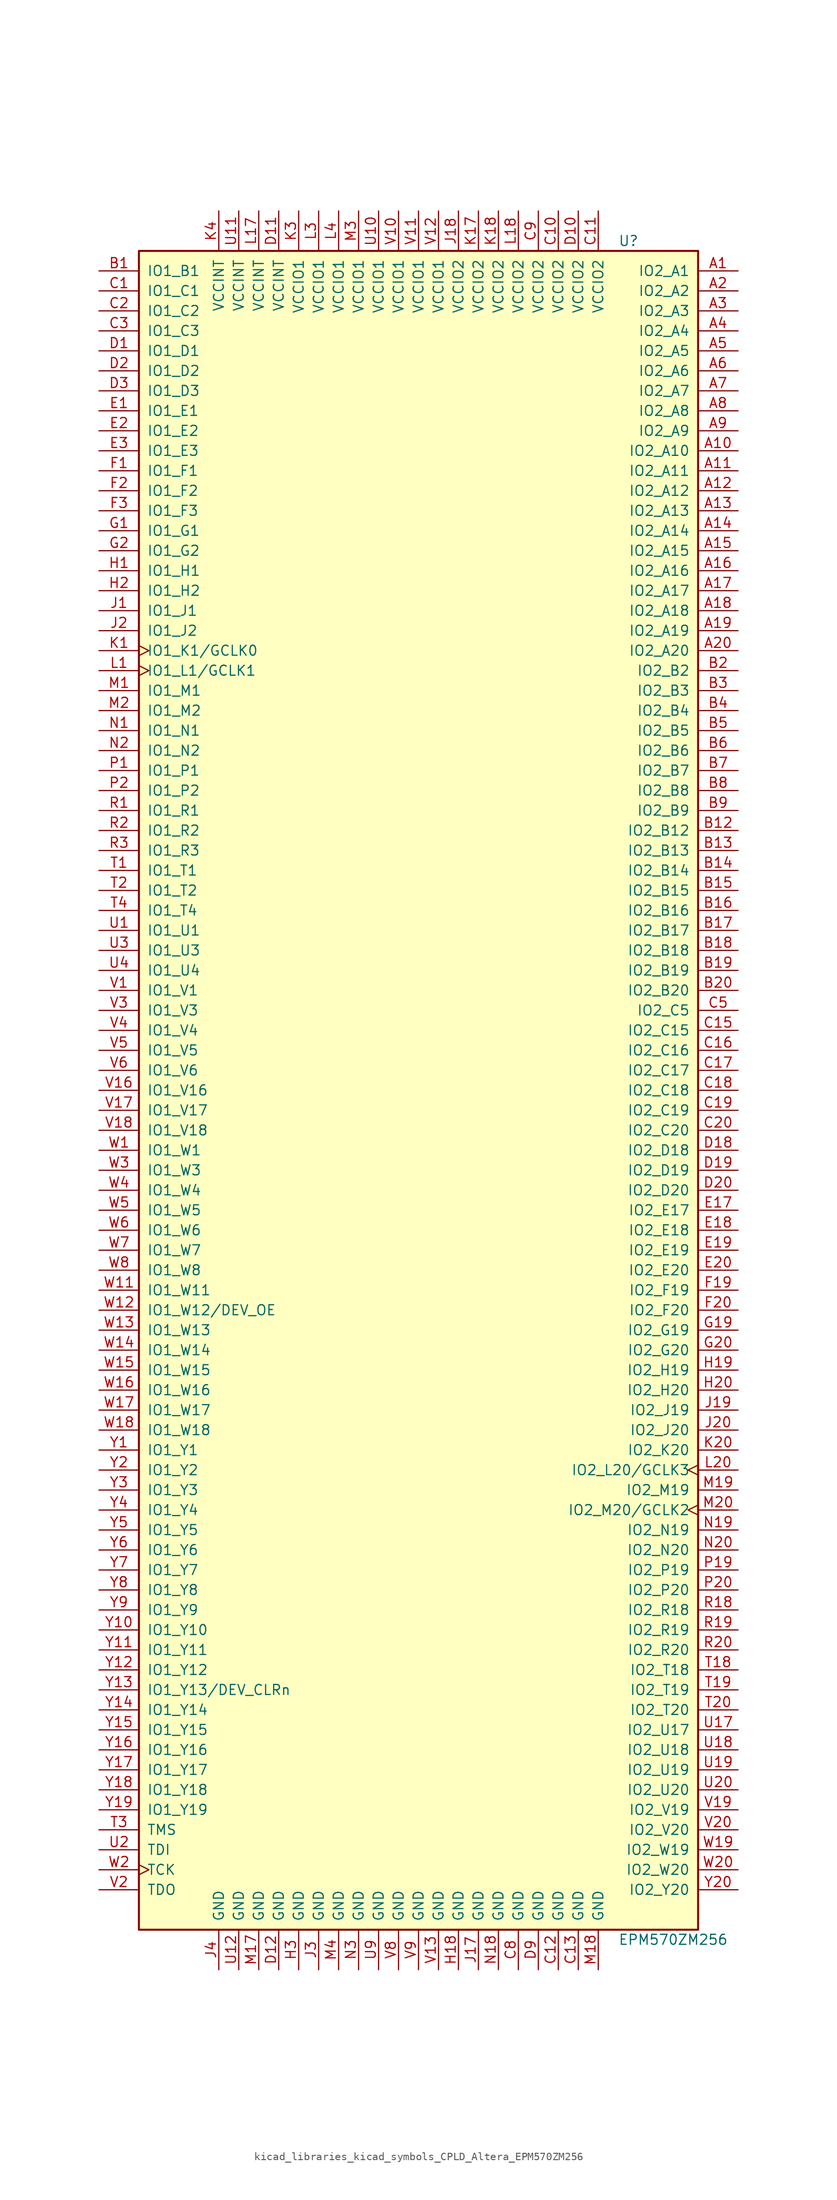
<source format=kicad_sym>
(kicad_symbol_lib
  (version 20220914)
  (generator kicad_symbol_editor)
  (symbol "kicad_libraries_kicad_symbols_CPLD_Altera_EPM570ZM256"
    (pin_names
      (offset 1.016))
    (property "Reference" "U"
      (at 25.4 107.95 0)
      (effects (font (size 1.27 1.27)) (justify left)))
    (property "Value" "EPM570ZM256"
      (at 25.4 -107.95 0)
      (effects (font (size 1.27 1.27)) (justify left)))
    (property "ki_locked" ""
      (at 0 0 0)
      (effects (font (size 1.27 1.27))))
    (symbol "kicad_libraries_kicad_symbols_CPLD_Altera_EPM570ZM256_1_1"
      (rectangle (start -35.56 106.68) (end 35.56 -106.68) (stroke (width 0.254) (type default)) (fill (type background)))
      (pin bidirectional line (at 40.64 104.14 180) (length 5.08) (name "IO2_A1" (effects (font (size 1.27 1.27)))) (number "A1" (effects (font (size 1.27 1.27)))))
      (pin bidirectional line (at 40.64 81.28 180) (length 5.08) (name "IO2_A10" (effects (font (size 1.27 1.27)))) (number "A10" (effects (font (size 1.27 1.27)))))
      (pin bidirectional line (at 40.64 78.74 180) (length 5.08) (name "IO2_A11" (effects (font (size 1.27 1.27)))) (number "A11" (effects (font (size 1.27 1.27)))))
      (pin bidirectional line (at 40.64 76.2 180) (length 5.08) (name "IO2_A12" (effects (font (size 1.27 1.27)))) (number "A12" (effects (font (size 1.27 1.27)))))
      (pin bidirectional line (at 40.64 73.66 180) (length 5.08) (name "IO2_A13" (effects (font (size 1.27 1.27)))) (number "A13" (effects (font (size 1.27 1.27)))))
      (pin bidirectional line (at 40.64 71.12 180) (length 5.08) (name "IO2_A14" (effects (font (size 1.27 1.27)))) (number "A14" (effects (font (size 1.27 1.27)))))
      (pin bidirectional line (at 40.64 68.58 180) (length 5.08) (name "IO2_A15" (effects (font (size 1.27 1.27)))) (number "A15" (effects (font (size 1.27 1.27)))))
      (pin bidirectional line (at 40.64 66.04 180) (length 5.08) (name "IO2_A16" (effects (font (size 1.27 1.27)))) (number "A16" (effects (font (size 1.27 1.27)))))
      (pin bidirectional line (at 40.64 63.5 180) (length 5.08) (name "IO2_A17" (effects (font (size 1.27 1.27)))) (number "A17" (effects (font (size 1.27 1.27)))))
      (pin bidirectional line (at 40.64 60.96 180) (length 5.08) (name "IO2_A18" (effects (font (size 1.27 1.27)))) (number "A18" (effects (font (size 1.27 1.27)))))
      (pin bidirectional line (at 40.64 58.42 180) (length 5.08) (name "IO2_A19" (effects (font (size 1.27 1.27)))) (number "A19" (effects (font (size 1.27 1.27)))))
      (pin bidirectional line (at 40.64 101.6 180) (length 5.08) (name "IO2_A2" (effects (font (size 1.27 1.27)))) (number "A2" (effects (font (size 1.27 1.27)))))
      (pin bidirectional line (at 40.64 55.88 180) (length 5.08) (name "IO2_A20" (effects (font (size 1.27 1.27)))) (number "A20" (effects (font (size 1.27 1.27)))))
      (pin bidirectional line (at 40.64 99.06 180) (length 5.08) (name "IO2_A3" (effects (font (size 1.27 1.27)))) (number "A3" (effects (font (size 1.27 1.27)))))
      (pin bidirectional line (at 40.64 96.52 180) (length 5.08) (name "IO2_A4" (effects (font (size 1.27 1.27)))) (number "A4" (effects (font (size 1.27 1.27)))))
      (pin bidirectional line (at 40.64 93.98 180) (length 5.08) (name "IO2_A5" (effects (font (size 1.27 1.27)))) (number "A5" (effects (font (size 1.27 1.27)))))
      (pin bidirectional line (at 40.64 91.44 180) (length 5.08) (name "IO2_A6" (effects (font (size 1.27 1.27)))) (number "A6" (effects (font (size 1.27 1.27)))))
      (pin bidirectional line (at 40.64 88.9 180) (length 5.08) (name "IO2_A7" (effects (font (size 1.27 1.27)))) (number "A7" (effects (font (size 1.27 1.27)))))
      (pin bidirectional line (at 40.64 86.36 180) (length 5.08) (name "IO2_A8" (effects (font (size 1.27 1.27)))) (number "A8" (effects (font (size 1.27 1.27)))))
      (pin bidirectional line (at 40.64 83.82 180) (length 5.08) (name "IO2_A9" (effects (font (size 1.27 1.27)))) (number "A9" (effects (font (size 1.27 1.27)))))
      (pin bidirectional line (at -40.64 104.14 0) (length 5.08) (name "IO1_B1" (effects (font (size 1.27 1.27)))) (number "B1" (effects (font (size 1.27 1.27)))))
      (pin bidirectional line (at 40.64 33.02 180) (length 5.08) (name "IO2_B12" (effects (font (size 1.27 1.27)))) (number "B12" (effects (font (size 1.27 1.27)))))
      (pin bidirectional line (at 40.64 30.48 180) (length 5.08) (name "IO2_B13" (effects (font (size 1.27 1.27)))) (number "B13" (effects (font (size 1.27 1.27)))))
      (pin bidirectional line (at 40.64 27.94 180) (length 5.08) (name "IO2_B14" (effects (font (size 1.27 1.27)))) (number "B14" (effects (font (size 1.27 1.27)))))
      (pin bidirectional line (at 40.64 25.4 180) (length 5.08) (name "IO2_B15" (effects (font (size 1.27 1.27)))) (number "B15" (effects (font (size 1.27 1.27)))))
      (pin bidirectional line (at 40.64 22.86 180) (length 5.08) (name "IO2_B16" (effects (font (size 1.27 1.27)))) (number "B16" (effects (font (size 1.27 1.27)))))
      (pin bidirectional line (at 40.64 20.32 180) (length 5.08) (name "IO2_B17" (effects (font (size 1.27 1.27)))) (number "B17" (effects (font (size 1.27 1.27)))))
      (pin bidirectional line (at 40.64 17.78 180) (length 5.08) (name "IO2_B18" (effects (font (size 1.27 1.27)))) (number "B18" (effects (font (size 1.27 1.27)))))
      (pin bidirectional line (at 40.64 15.24 180) (length 5.08) (name "IO2_B19" (effects (font (size 1.27 1.27)))) (number "B19" (effects (font (size 1.27 1.27)))))
      (pin bidirectional line (at 40.64 53.34 180) (length 5.08) (name "IO2_B2" (effects (font (size 1.27 1.27)))) (number "B2" (effects (font (size 1.27 1.27)))))
      (pin bidirectional line (at 40.64 12.7 180) (length 5.08) (name "IO2_B20" (effects (font (size 1.27 1.27)))) (number "B20" (effects (font (size 1.27 1.27)))))
      (pin bidirectional line (at 40.64 50.8 180) (length 5.08) (name "IO2_B3" (effects (font (size 1.27 1.27)))) (number "B3" (effects (font (size 1.27 1.27)))))
      (pin bidirectional line (at 40.64 48.26 180) (length 5.08) (name "IO2_B4" (effects (font (size 1.27 1.27)))) (number "B4" (effects (font (size 1.27 1.27)))))
      (pin bidirectional line (at 40.64 45.72 180) (length 5.08) (name "IO2_B5" (effects (font (size 1.27 1.27)))) (number "B5" (effects (font (size 1.27 1.27)))))
      (pin bidirectional line (at 40.64 43.18 180) (length 5.08) (name "IO2_B6" (effects (font (size 1.27 1.27)))) (number "B6" (effects (font (size 1.27 1.27)))))
      (pin bidirectional line (at 40.64 40.64 180) (length 5.08) (name "IO2_B7" (effects (font (size 1.27 1.27)))) (number "B7" (effects (font (size 1.27 1.27)))))
      (pin bidirectional line (at 40.64 38.1 180) (length 5.08) (name "IO2_B8" (effects (font (size 1.27 1.27)))) (number "B8" (effects (font (size 1.27 1.27)))))
      (pin bidirectional line (at 40.64 35.56 180) (length 5.08) (name "IO2_B9" (effects (font (size 1.27 1.27)))) (number "B9" (effects (font (size 1.27 1.27)))))
      (pin bidirectional line (at -40.64 101.6 0) (length 5.08) (name "IO1_C1" (effects (font (size 1.27 1.27)))) (number "C1" (effects (font (size 1.27 1.27)))))
      (pin power_in line (at 17.78 111.76 270) (length 5.08) (name "VCCIO2" (effects (font (size 1.27 1.27)))) (number "C10" (effects (font (size 1.27 1.27)))))
      (pin power_in line (at 22.86 111.76 270) (length 5.08) (name "VCCIO2" (effects (font (size 1.27 1.27)))) (number "C11" (effects (font (size 1.27 1.27)))))
      (pin power_in line (at 17.78 -111.76 90) (length 5.08) (name "GND" (effects (font (size 1.27 1.27)))) (number "C12" (effects (font (size 1.27 1.27)))))
      (pin power_in line (at 20.32 -111.76 90) (length 5.08) (name "GND" (effects (font (size 1.27 1.27)))) (number "C13" (effects (font (size 1.27 1.27)))))
      (pin bidirectional line (at 40.64 7.62 180) (length 5.08) (name "IO2_C15" (effects (font (size 1.27 1.27)))) (number "C15" (effects (font (size 1.27 1.27)))))
      (pin bidirectional line (at 40.64 5.08 180) (length 5.08) (name "IO2_C16" (effects (font (size 1.27 1.27)))) (number "C16" (effects (font (size 1.27 1.27)))))
      (pin bidirectional line (at 40.64 2.54 180) (length 5.08) (name "IO2_C17" (effects (font (size 1.27 1.27)))) (number "C17" (effects (font (size 1.27 1.27)))))
      (pin bidirectional line (at 40.64 0 180) (length 5.08) (name "IO2_C18" (effects (font (size 1.27 1.27)))) (number "C18" (effects (font (size 1.27 1.27)))))
      (pin bidirectional line (at 40.64 -2.54 180) (length 5.08) (name "IO2_C19" (effects (font (size 1.27 1.27)))) (number "C19" (effects (font (size 1.27 1.27)))))
      (pin bidirectional line (at -40.64 99.06 0) (length 5.08) (name "IO1_C2" (effects (font (size 1.27 1.27)))) (number "C2" (effects (font (size 1.27 1.27)))))
      (pin bidirectional line (at 40.64 -5.08 180) (length 5.08) (name "IO2_C20" (effects (font (size 1.27 1.27)))) (number "C20" (effects (font (size 1.27 1.27)))))
      (pin bidirectional line (at -40.64 96.52 0) (length 5.08) (name "IO1_C3" (effects (font (size 1.27 1.27)))) (number "C3" (effects (font (size 1.27 1.27)))))
      (pin bidirectional line (at 40.64 10.16 180) (length 5.08) (name "IO2_C5" (effects (font (size 1.27 1.27)))) (number "C5" (effects (font (size 1.27 1.27)))))
      (pin power_in line (at 12.7 -111.76 90) (length 5.08) (name "GND" (effects (font (size 1.27 1.27)))) (number "C8" (effects (font (size 1.27 1.27)))))
      (pin power_in line (at 15.24 111.76 270) (length 5.08) (name "VCCIO2" (effects (font (size 1.27 1.27)))) (number "C9" (effects (font (size 1.27 1.27)))))
      (pin bidirectional line (at -40.64 93.98 0) (length 5.08) (name "IO1_D1" (effects (font (size 1.27 1.27)))) (number "D1" (effects (font (size 1.27 1.27)))))
      (pin power_in line (at 20.32 111.76 270) (length 5.08) (name "VCCIO2" (effects (font (size 1.27 1.27)))) (number "D10" (effects (font (size 1.27 1.27)))))
      (pin power_in line (at -17.78 111.76 270) (length 5.08) (name "VCCINT" (effects (font (size 1.27 1.27)))) (number "D11" (effects (font (size 1.27 1.27)))))
      (pin power_in line (at -17.78 -111.76 90) (length 5.08) (name "GND" (effects (font (size 1.27 1.27)))) (number "D12" (effects (font (size 1.27 1.27)))))
      (pin bidirectional line (at 40.64 -7.62 180) (length 5.08) (name "IO2_D18" (effects (font (size 1.27 1.27)))) (number "D18" (effects (font (size 1.27 1.27)))))
      (pin bidirectional line (at 40.64 -10.16 180) (length 5.08) (name "IO2_D19" (effects (font (size 1.27 1.27)))) (number "D19" (effects (font (size 1.27 1.27)))))
      (pin bidirectional line (at -40.64 91.44 0) (length 5.08) (name "IO1_D2" (effects (font (size 1.27 1.27)))) (number "D2" (effects (font (size 1.27 1.27)))))
      (pin bidirectional line (at 40.64 -12.7 180) (length 5.08) (name "IO2_D20" (effects (font (size 1.27 1.27)))) (number "D20" (effects (font (size 1.27 1.27)))))
      (pin bidirectional line (at -40.64 88.9 0) (length 5.08) (name "IO1_D3" (effects (font (size 1.27 1.27)))) (number "D3" (effects (font (size 1.27 1.27)))))
      (pin power_in line (at 15.24 -111.76 90) (length 5.08) (name "GND" (effects (font (size 1.27 1.27)))) (number "D9" (effects (font (size 1.27 1.27)))))
      (pin bidirectional line (at -40.64 86.36 0) (length 5.08) (name "IO1_E1" (effects (font (size 1.27 1.27)))) (number "E1" (effects (font (size 1.27 1.27)))))
      (pin bidirectional line (at 40.64 -15.24 180) (length 5.08) (name "IO2_E17" (effects (font (size 1.27 1.27)))) (number "E17" (effects (font (size 1.27 1.27)))))
      (pin bidirectional line (at 40.64 -17.78 180) (length 5.08) (name "IO2_E18" (effects (font (size 1.27 1.27)))) (number "E18" (effects (font (size 1.27 1.27)))))
      (pin bidirectional line (at 40.64 -20.32 180) (length 5.08) (name "IO2_E19" (effects (font (size 1.27 1.27)))) (number "E19" (effects (font (size 1.27 1.27)))))
      (pin bidirectional line (at -40.64 83.82 0) (length 5.08) (name "IO1_E2" (effects (font (size 1.27 1.27)))) (number "E2" (effects (font (size 1.27 1.27)))))
      (pin bidirectional line (at 40.64 -22.86 180) (length 5.08) (name "IO2_E20" (effects (font (size 1.27 1.27)))) (number "E20" (effects (font (size 1.27 1.27)))))
      (pin bidirectional line (at -40.64 81.28 0) (length 5.08) (name "IO1_E3" (effects (font (size 1.27 1.27)))) (number "E3" (effects (font (size 1.27 1.27)))))
      (pin bidirectional line (at -40.64 78.74 0) (length 5.08) (name "IO1_F1" (effects (font (size 1.27 1.27)))) (number "F1" (effects (font (size 1.27 1.27)))))
      (pin bidirectional line (at 40.64 -25.4 180) (length 5.08) (name "IO2_F19" (effects (font (size 1.27 1.27)))) (number "F19" (effects (font (size 1.27 1.27)))))
      (pin bidirectional line (at -40.64 76.2 0) (length 5.08) (name "IO1_F2" (effects (font (size 1.27 1.27)))) (number "F2" (effects (font (size 1.27 1.27)))))
      (pin bidirectional line (at 40.64 -27.94 180) (length 5.08) (name "IO2_F20" (effects (font (size 1.27 1.27)))) (number "F20" (effects (font (size 1.27 1.27)))))
      (pin bidirectional line (at -40.64 73.66 0) (length 5.08) (name "IO1_F3" (effects (font (size 1.27 1.27)))) (number "F3" (effects (font (size 1.27 1.27)))))
      (pin bidirectional line (at -40.64 71.12 0) (length 5.08) (name "IO1_G1" (effects (font (size 1.27 1.27)))) (number "G1" (effects (font (size 1.27 1.27)))))
      (pin bidirectional line (at 40.64 -30.48 180) (length 5.08) (name "IO2_G19" (effects (font (size 1.27 1.27)))) (number "G19" (effects (font (size 1.27 1.27)))))
      (pin bidirectional line (at -40.64 68.58 0) (length 5.08) (name "IO1_G2" (effects (font (size 1.27 1.27)))) (number "G2" (effects (font (size 1.27 1.27)))))
      (pin bidirectional line (at 40.64 -33.02 180) (length 5.08) (name "IO2_G20" (effects (font (size 1.27 1.27)))) (number "G20" (effects (font (size 1.27 1.27)))))
      (pin bidirectional line (at -40.64 66.04 0) (length 5.08) (name "IO1_H1" (effects (font (size 1.27 1.27)))) (number "H1" (effects (font (size 1.27 1.27)))))
      (pin power_in line (at 5.08 -111.76 90) (length 5.08) (name "GND" (effects (font (size 1.27 1.27)))) (number "H18" (effects (font (size 1.27 1.27)))))
      (pin bidirectional line (at 40.64 -35.56 180) (length 5.08) (name "IO2_H19" (effects (font (size 1.27 1.27)))) (number "H19" (effects (font (size 1.27 1.27)))))
      (pin bidirectional line (at -40.64 63.5 0) (length 5.08) (name "IO1_H2" (effects (font (size 1.27 1.27)))) (number "H2" (effects (font (size 1.27 1.27)))))
      (pin bidirectional line (at 40.64 -38.1 180) (length 5.08) (name "IO2_H20" (effects (font (size 1.27 1.27)))) (number "H20" (effects (font (size 1.27 1.27)))))
      (pin power_in line (at -15.24 -111.76 90) (length 5.08) (name "GND" (effects (font (size 1.27 1.27)))) (number "H3" (effects (font (size 1.27 1.27)))))
      (pin bidirectional line (at -40.64 60.96 0) (length 5.08) (name "IO1_J1" (effects (font (size 1.27 1.27)))) (number "J1" (effects (font (size 1.27 1.27)))))
      (pin power_in line (at 7.62 -111.76 90) (length 5.08) (name "GND" (effects (font (size 1.27 1.27)))) (number "J17" (effects (font (size 1.27 1.27)))))
      (pin power_in line (at 5.08 111.76 270) (length 5.08) (name "VCCIO2" (effects (font (size 1.27 1.27)))) (number "J18" (effects (font (size 1.27 1.27)))))
      (pin bidirectional line (at 40.64 -40.64 180) (length 5.08) (name "IO2_J19" (effects (font (size 1.27 1.27)))) (number "J19" (effects (font (size 1.27 1.27)))))
      (pin bidirectional line (at -40.64 58.42 0) (length 5.08) (name "IO1_J2" (effects (font (size 1.27 1.27)))) (number "J2" (effects (font (size 1.27 1.27)))))
      (pin bidirectional line (at 40.64 -43.18 180) (length 5.08) (name "IO2_J20" (effects (font (size 1.27 1.27)))) (number "J20" (effects (font (size 1.27 1.27)))))
      (pin power_in line (at -12.7 -111.76 90) (length 5.08) (name "GND" (effects (font (size 1.27 1.27)))) (number "J3" (effects (font (size 1.27 1.27)))))
      (pin power_in line (at -25.4 -111.76 90) (length 5.08) (name "GND" (effects (font (size 1.27 1.27)))) (number "J4" (effects (font (size 1.27 1.27)))))
      (pin bidirectional clock (at -40.64 55.88 0) (length 5.08) (name "IO1_K1/GCLK0" (effects (font (size 1.27 1.27)))) (number "K1" (effects (font (size 1.27 1.27)))))
      (pin power_in line (at 7.62 111.76 270) (length 5.08) (name "VCCIO2" (effects (font (size 1.27 1.27)))) (number "K17" (effects (font (size 1.27 1.27)))))
      (pin power_in line (at 10.16 111.76 270) (length 5.08) (name "VCCIO2" (effects (font (size 1.27 1.27)))) (number "K18" (effects (font (size 1.27 1.27)))))
      (pin bidirectional line (at 40.64 -45.72 180) (length 5.08) (name "IO2_K20" (effects (font (size 1.27 1.27)))) (number "K20" (effects (font (size 1.27 1.27)))))
      (pin power_in line (at -15.24 111.76 270) (length 5.08) (name "VCCIO1" (effects (font (size 1.27 1.27)))) (number "K3" (effects (font (size 1.27 1.27)))))
      (pin power_in line (at -25.4 111.76 270) (length 5.08) (name "VCCINT" (effects (font (size 1.27 1.27)))) (number "K4" (effects (font (size 1.27 1.27)))))
      (pin bidirectional clock (at -40.64 53.34 0) (length 5.08) (name "IO1_L1/GCLK1" (effects (font (size 1.27 1.27)))) (number "L1" (effects (font (size 1.27 1.27)))))
      (pin power_in line (at -20.32 111.76 270) (length 5.08) (name "VCCINT" (effects (font (size 1.27 1.27)))) (number "L17" (effects (font (size 1.27 1.27)))))
      (pin power_in line (at 12.7 111.76 270) (length 5.08) (name "VCCIO2" (effects (font (size 1.27 1.27)))) (number "L18" (effects (font (size 1.27 1.27)))))
      (pin bidirectional clock (at 40.64 -48.26 180) (length 5.08) (name "IO2_L20/GCLK3" (effects (font (size 1.27 1.27)))) (number "L20" (effects (font (size 1.27 1.27)))))
      (pin power_in line (at -12.7 111.76 270) (length 5.08) (name "VCCIO1" (effects (font (size 1.27 1.27)))) (number "L3" (effects (font (size 1.27 1.27)))))
      (pin power_in line (at -10.16 111.76 270) (length 5.08) (name "VCCIO1" (effects (font (size 1.27 1.27)))) (number "L4" (effects (font (size 1.27 1.27)))))
      (pin bidirectional line (at -40.64 50.8 0) (length 5.08) (name "IO1_M1" (effects (font (size 1.27 1.27)))) (number "M1" (effects (font (size 1.27 1.27)))))
      (pin power_in line (at -20.32 -111.76 90) (length 5.08) (name "GND" (effects (font (size 1.27 1.27)))) (number "M17" (effects (font (size 1.27 1.27)))))
      (pin power_in line (at 22.86 -111.76 90) (length 5.08) (name "GND" (effects (font (size 1.27 1.27)))) (number "M18" (effects (font (size 1.27 1.27)))))
      (pin bidirectional line (at 40.64 -50.8 180) (length 5.08) (name "IO2_M19" (effects (font (size 1.27 1.27)))) (number "M19" (effects (font (size 1.27 1.27)))))
      (pin bidirectional line (at -40.64 48.26 0) (length 5.08) (name "IO1_M2" (effects (font (size 1.27 1.27)))) (number "M2" (effects (font (size 1.27 1.27)))))
      (pin bidirectional clock (at 40.64 -53.34 180) (length 5.08) (name "IO2_M20/GCLK2" (effects (font (size 1.27 1.27)))) (number "M20" (effects (font (size 1.27 1.27)))))
      (pin power_in line (at -7.62 111.76 270) (length 5.08) (name "VCCIO1" (effects (font (size 1.27 1.27)))) (number "M3" (effects (font (size 1.27 1.27)))))
      (pin power_in line (at -10.16 -111.76 90) (length 5.08) (name "GND" (effects (font (size 1.27 1.27)))) (number "M4" (effects (font (size 1.27 1.27)))))
      (pin bidirectional line (at -40.64 45.72 0) (length 5.08) (name "IO1_N1" (effects (font (size 1.27 1.27)))) (number "N1" (effects (font (size 1.27 1.27)))))
      (pin power_in line (at 10.16 -111.76 90) (length 5.08) (name "GND" (effects (font (size 1.27 1.27)))) (number "N18" (effects (font (size 1.27 1.27)))))
      (pin bidirectional line (at 40.64 -55.88 180) (length 5.08) (name "IO2_N19" (effects (font (size 1.27 1.27)))) (number "N19" (effects (font (size 1.27 1.27)))))
      (pin bidirectional line (at -40.64 43.18 0) (length 5.08) (name "IO1_N2" (effects (font (size 1.27 1.27)))) (number "N2" (effects (font (size 1.27 1.27)))))
      (pin bidirectional line (at 40.64 -58.42 180) (length 5.08) (name "IO2_N20" (effects (font (size 1.27 1.27)))) (number "N20" (effects (font (size 1.27 1.27)))))
      (pin power_in line (at -7.62 -111.76 90) (length 5.08) (name "GND" (effects (font (size 1.27 1.27)))) (number "N3" (effects (font (size 1.27 1.27)))))
      (pin bidirectional line (at -40.64 40.64 0) (length 5.08) (name "IO1_P1" (effects (font (size 1.27 1.27)))) (number "P1" (effects (font (size 1.27 1.27)))))
      (pin bidirectional line (at 40.64 -60.96 180) (length 5.08) (name "IO2_P19" (effects (font (size 1.27 1.27)))) (number "P19" (effects (font (size 1.27 1.27)))))
      (pin bidirectional line (at -40.64 38.1 0) (length 5.08) (name "IO1_P2" (effects (font (size 1.27 1.27)))) (number "P2" (effects (font (size 1.27 1.27)))))
      (pin bidirectional line (at 40.64 -63.5 180) (length 5.08) (name "IO2_P20" (effects (font (size 1.27 1.27)))) (number "P20" (effects (font (size 1.27 1.27)))))
      (pin bidirectional line (at -40.64 35.56 0) (length 5.08) (name "IO1_R1" (effects (font (size 1.27 1.27)))) (number "R1" (effects (font (size 1.27 1.27)))))
      (pin bidirectional line (at 40.64 -66.04 180) (length 5.08) (name "IO2_R18" (effects (font (size 1.27 1.27)))) (number "R18" (effects (font (size 1.27 1.27)))))
      (pin bidirectional line (at 40.64 -68.58 180) (length 5.08) (name "IO2_R19" (effects (font (size 1.27 1.27)))) (number "R19" (effects (font (size 1.27 1.27)))))
      (pin bidirectional line (at -40.64 33.02 0) (length 5.08) (name "IO1_R2" (effects (font (size 1.27 1.27)))) (number "R2" (effects (font (size 1.27 1.27)))))
      (pin bidirectional line (at 40.64 -71.12 180) (length 5.08) (name "IO2_R20" (effects (font (size 1.27 1.27)))) (number "R20" (effects (font (size 1.27 1.27)))))
      (pin bidirectional line (at -40.64 30.48 0) (length 5.08) (name "IO1_R3" (effects (font (size 1.27 1.27)))) (number "R3" (effects (font (size 1.27 1.27)))))
      (pin bidirectional line (at -40.64 27.94 0) (length 5.08) (name "IO1_T1" (effects (font (size 1.27 1.27)))) (number "T1" (effects (font (size 1.27 1.27)))))
      (pin bidirectional line (at 40.64 -73.66 180) (length 5.08) (name "IO2_T18" (effects (font (size 1.27 1.27)))) (number "T18" (effects (font (size 1.27 1.27)))))
      (pin bidirectional line (at 40.64 -76.2 180) (length 5.08) (name "IO2_T19" (effects (font (size 1.27 1.27)))) (number "T19" (effects (font (size 1.27 1.27)))))
      (pin bidirectional line (at -40.64 25.4 0) (length 5.08) (name "IO1_T2" (effects (font (size 1.27 1.27)))) (number "T2" (effects (font (size 1.27 1.27)))))
      (pin bidirectional line (at 40.64 -78.74 180) (length 5.08) (name "IO2_T20" (effects (font (size 1.27 1.27)))) (number "T20" (effects (font (size 1.27 1.27)))))
      (pin input line (at -40.64 -93.98 0) (length 5.08) (name "TMS" (effects (font (size 1.27 1.27)))) (number "T3" (effects (font (size 1.27 1.27)))))
      (pin bidirectional line (at -40.64 22.86 0) (length 5.08) (name "IO1_T4" (effects (font (size 1.27 1.27)))) (number "T4" (effects (font (size 1.27 1.27)))))
      (pin bidirectional line (at -40.64 20.32 0) (length 5.08) (name "IO1_U1" (effects (font (size 1.27 1.27)))) (number "U1" (effects (font (size 1.27 1.27)))))
      (pin power_in line (at -5.08 111.76 270) (length 5.08) (name "VCCIO1" (effects (font (size 1.27 1.27)))) (number "U10" (effects (font (size 1.27 1.27)))))
      (pin power_in line (at -22.86 111.76 270) (length 5.08) (name "VCCINT" (effects (font (size 1.27 1.27)))) (number "U11" (effects (font (size 1.27 1.27)))))
      (pin power_in line (at -22.86 -111.76 90) (length 5.08) (name "GND" (effects (font (size 1.27 1.27)))) (number "U12" (effects (font (size 1.27 1.27)))))
      (pin bidirectional line (at 40.64 -81.28 180) (length 5.08) (name "IO2_U17" (effects (font (size 1.27 1.27)))) (number "U17" (effects (font (size 1.27 1.27)))))
      (pin bidirectional line (at 40.64 -83.82 180) (length 5.08) (name "IO2_U18" (effects (font (size 1.27 1.27)))) (number "U18" (effects (font (size 1.27 1.27)))))
      (pin bidirectional line (at 40.64 -86.36 180) (length 5.08) (name "IO2_U19" (effects (font (size 1.27 1.27)))) (number "U19" (effects (font (size 1.27 1.27)))))
      (pin input line (at -40.64 -96.52 0) (length 5.08) (name "TDI" (effects (font (size 1.27 1.27)))) (number "U2" (effects (font (size 1.27 1.27)))))
      (pin bidirectional line (at 40.64 -88.9 180) (length 5.08) (name "IO2_U20" (effects (font (size 1.27 1.27)))) (number "U20" (effects (font (size 1.27 1.27)))))
      (pin bidirectional line (at -40.64 17.78 0) (length 5.08) (name "IO1_U3" (effects (font (size 1.27 1.27)))) (number "U3" (effects (font (size 1.27 1.27)))))
      (pin bidirectional line (at -40.64 15.24 0) (length 5.08) (name "IO1_U4" (effects (font (size 1.27 1.27)))) (number "U4" (effects (font (size 1.27 1.27)))))
      (pin power_in line (at -5.08 -111.76 90) (length 5.08) (name "GND" (effects (font (size 1.27 1.27)))) (number "U9" (effects (font (size 1.27 1.27)))))
      (pin bidirectional line (at -40.64 12.7 0) (length 5.08) (name "IO1_V1" (effects (font (size 1.27 1.27)))) (number "V1" (effects (font (size 1.27 1.27)))))
      (pin power_in line (at -2.54 111.76 270) (length 5.08) (name "VCCIO1" (effects (font (size 1.27 1.27)))) (number "V10" (effects (font (size 1.27 1.27)))))
      (pin power_in line (at 0 111.76 270) (length 5.08) (name "VCCIO1" (effects (font (size 1.27 1.27)))) (number "V11" (effects (font (size 1.27 1.27)))))
      (pin power_in line (at 2.54 111.76 270) (length 5.08) (name "VCCIO1" (effects (font (size 1.27 1.27)))) (number "V12" (effects (font (size 1.27 1.27)))))
      (pin power_in line (at 2.54 -111.76 90) (length 5.08) (name "GND" (effects (font (size 1.27 1.27)))) (number "V13" (effects (font (size 1.27 1.27)))))
      (pin bidirectional line (at -40.64 0 0) (length 5.08) (name "IO1_V16" (effects (font (size 1.27 1.27)))) (number "V16" (effects (font (size 1.27 1.27)))))
      (pin bidirectional line (at -40.64 -2.54 0) (length 5.08) (name "IO1_V17" (effects (font (size 1.27 1.27)))) (number "V17" (effects (font (size 1.27 1.27)))))
      (pin bidirectional line (at -40.64 -5.08 0) (length 5.08) (name "IO1_V18" (effects (font (size 1.27 1.27)))) (number "V18" (effects (font (size 1.27 1.27)))))
      (pin bidirectional line (at 40.64 -91.44 180) (length 5.08) (name "IO2_V19" (effects (font (size 1.27 1.27)))) (number "V19" (effects (font (size 1.27 1.27)))))
      (pin output line (at -40.64 -101.6 0) (length 5.08) (name "TDO" (effects (font (size 1.27 1.27)))) (number "V2" (effects (font (size 1.27 1.27)))))
      (pin bidirectional line (at 40.64 -93.98 180) (length 5.08) (name "IO2_V20" (effects (font (size 1.27 1.27)))) (number "V20" (effects (font (size 1.27 1.27)))))
      (pin bidirectional line (at -40.64 10.16 0) (length 5.08) (name "IO1_V3" (effects (font (size 1.27 1.27)))) (number "V3" (effects (font (size 1.27 1.27)))))
      (pin bidirectional line (at -40.64 7.62 0) (length 5.08) (name "IO1_V4" (effects (font (size 1.27 1.27)))) (number "V4" (effects (font (size 1.27 1.27)))))
      (pin bidirectional line (at -40.64 5.08 0) (length 5.08) (name "IO1_V5" (effects (font (size 1.27 1.27)))) (number "V5" (effects (font (size 1.27 1.27)))))
      (pin bidirectional line (at -40.64 2.54 0) (length 5.08) (name "IO1_V6" (effects (font (size 1.27 1.27)))) (number "V6" (effects (font (size 1.27 1.27)))))
      (pin power_in line (at -2.54 -111.76 90) (length 5.08) (name "GND" (effects (font (size 1.27 1.27)))) (number "V8" (effects (font (size 1.27 1.27)))))
      (pin power_in line (at 0 -111.76 90) (length 5.08) (name "GND" (effects (font (size 1.27 1.27)))) (number "V9" (effects (font (size 1.27 1.27)))))
      (pin bidirectional line (at -40.64 -7.62 0) (length 5.08) (name "IO1_W1" (effects (font (size 1.27 1.27)))) (number "W1" (effects (font (size 1.27 1.27)))))
      (pin bidirectional line (at -40.64 -25.4 0) (length 5.08) (name "IO1_W11" (effects (font (size 1.27 1.27)))) (number "W11" (effects (font (size 1.27 1.27)))))
      (pin bidirectional line (at -40.64 -27.94 0) (length 5.08) (name "IO1_W12/DEV_OE" (effects (font (size 1.27 1.27)))) (number "W12" (effects (font (size 1.27 1.27)))))
      (pin bidirectional line (at -40.64 -30.48 0) (length 5.08) (name "IO1_W13" (effects (font (size 1.27 1.27)))) (number "W13" (effects (font (size 1.27 1.27)))))
      (pin bidirectional line (at -40.64 -33.02 0) (length 5.08) (name "IO1_W14" (effects (font (size 1.27 1.27)))) (number "W14" (effects (font (size 1.27 1.27)))))
      (pin bidirectional line (at -40.64 -35.56 0) (length 5.08) (name "IO1_W15" (effects (font (size 1.27 1.27)))) (number "W15" (effects (font (size 1.27 1.27)))))
      (pin bidirectional line (at -40.64 -38.1 0) (length 5.08) (name "IO1_W16" (effects (font (size 1.27 1.27)))) (number "W16" (effects (font (size 1.27 1.27)))))
      (pin bidirectional line (at -40.64 -40.64 0) (length 5.08) (name "IO1_W17" (effects (font (size 1.27 1.27)))) (number "W17" (effects (font (size 1.27 1.27)))))
      (pin bidirectional line (at -40.64 -43.18 0) (length 5.08) (name "IO1_W18" (effects (font (size 1.27 1.27)))) (number "W18" (effects (font (size 1.27 1.27)))))
      (pin bidirectional line (at 40.64 -96.52 180) (length 5.08) (name "IO2_W19" (effects (font (size 1.27 1.27)))) (number "W19" (effects (font (size 1.27 1.27)))))
      (pin input clock (at -40.64 -99.06 0) (length 5.08) (name "TCK" (effects (font (size 1.27 1.27)))) (number "W2" (effects (font (size 1.27 1.27)))))
      (pin bidirectional line (at 40.64 -99.06 180) (length 5.08) (name "IO2_W20" (effects (font (size 1.27 1.27)))) (number "W20" (effects (font (size 1.27 1.27)))))
      (pin bidirectional line (at -40.64 -10.16 0) (length 5.08) (name "IO1_W3" (effects (font (size 1.27 1.27)))) (number "W3" (effects (font (size 1.27 1.27)))))
      (pin bidirectional line (at -40.64 -12.7 0) (length 5.08) (name "IO1_W4" (effects (font (size 1.27 1.27)))) (number "W4" (effects (font (size 1.27 1.27)))))
      (pin bidirectional line (at -40.64 -15.24 0) (length 5.08) (name "IO1_W5" (effects (font (size 1.27 1.27)))) (number "W5" (effects (font (size 1.27 1.27)))))
      (pin bidirectional line (at -40.64 -17.78 0) (length 5.08) (name "IO1_W6" (effects (font (size 1.27 1.27)))) (number "W6" (effects (font (size 1.27 1.27)))))
      (pin bidirectional line (at -40.64 -20.32 0) (length 5.08) (name "IO1_W7" (effects (font (size 1.27 1.27)))) (number "W7" (effects (font (size 1.27 1.27)))))
      (pin bidirectional line (at -40.64 -22.86 0) (length 5.08) (name "IO1_W8" (effects (font (size 1.27 1.27)))) (number "W8" (effects (font (size 1.27 1.27)))))
      (pin bidirectional line (at -40.64 -45.72 0) (length 5.08) (name "IO1_Y1" (effects (font (size 1.27 1.27)))) (number "Y1" (effects (font (size 1.27 1.27)))))
      (pin bidirectional line (at -40.64 -68.58 0) (length 5.08) (name "IO1_Y10" (effects (font (size 1.27 1.27)))) (number "Y10" (effects (font (size 1.27 1.27)))))
      (pin bidirectional line (at -40.64 -71.12 0) (length 5.08) (name "IO1_Y11" (effects (font (size 1.27 1.27)))) (number "Y11" (effects (font (size 1.27 1.27)))))
      (pin bidirectional line (at -40.64 -73.66 0) (length 5.08) (name "IO1_Y12" (effects (font (size 1.27 1.27)))) (number "Y12" (effects (font (size 1.27 1.27)))))
      (pin bidirectional line (at -40.64 -76.2 0) (length 5.08) (name "IO1_Y13/DEV_CLRn" (effects (font (size 1.27 1.27)))) (number "Y13" (effects (font (size 1.27 1.27)))))
      (pin bidirectional line (at -40.64 -78.74 0) (length 5.08) (name "IO1_Y14" (effects (font (size 1.27 1.27)))) (number "Y14" (effects (font (size 1.27 1.27)))))
      (pin bidirectional line (at -40.64 -81.28 0) (length 5.08) (name "IO1_Y15" (effects (font (size 1.27 1.27)))) (number "Y15" (effects (font (size 1.27 1.27)))))
      (pin bidirectional line (at -40.64 -83.82 0) (length 5.08) (name "IO1_Y16" (effects (font (size 1.27 1.27)))) (number "Y16" (effects (font (size 1.27 1.27)))))
      (pin bidirectional line (at -40.64 -86.36 0) (length 5.08) (name "IO1_Y17" (effects (font (size 1.27 1.27)))) (number "Y17" (effects (font (size 1.27 1.27)))))
      (pin bidirectional line (at -40.64 -88.9 0) (length 5.08) (name "IO1_Y18" (effects (font (size 1.27 1.27)))) (number "Y18" (effects (font (size 1.27 1.27)))))
      (pin bidirectional line (at -40.64 -91.44 0) (length 5.08) (name "IO1_Y19" (effects (font (size 1.27 1.27)))) (number "Y19" (effects (font (size 1.27 1.27)))))
      (pin bidirectional line (at -40.64 -48.26 0) (length 5.08) (name "IO1_Y2" (effects (font (size 1.27 1.27)))) (number "Y2" (effects (font (size 1.27 1.27)))))
      (pin bidirectional line (at 40.64 -101.6 180) (length 5.08) (name "IO2_Y20" (effects (font (size 1.27 1.27)))) (number "Y20" (effects (font (size 1.27 1.27)))))
      (pin bidirectional line (at -40.64 -50.8 0) (length 5.08) (name "IO1_Y3" (effects (font (size 1.27 1.27)))) (number "Y3" (effects (font (size 1.27 1.27)))))
      (pin bidirectional line (at -40.64 -53.34 0) (length 5.08) (name "IO1_Y4" (effects (font (size 1.27 1.27)))) (number "Y4" (effects (font (size 1.27 1.27)))))
      (pin bidirectional line (at -40.64 -55.88 0) (length 5.08) (name "IO1_Y5" (effects (font (size 1.27 1.27)))) (number "Y5" (effects (font (size 1.27 1.27)))))
      (pin bidirectional line (at -40.64 -58.42 0) (length 5.08) (name "IO1_Y6" (effects (font (size 1.27 1.27)))) (number "Y6" (effects (font (size 1.27 1.27)))))
      (pin bidirectional line (at -40.64 -60.96 0) (length 5.08) (name "IO1_Y7" (effects (font (size 1.27 1.27)))) (number "Y7" (effects (font (size 1.27 1.27)))))
      (pin bidirectional line (at -40.64 -63.5 0) (length 5.08) (name "IO1_Y8" (effects (font (size 1.27 1.27)))) (number "Y8" (effects (font (size 1.27 1.27)))))
      (pin bidirectional line (at -40.64 -66.04 0) (length 5.08) (name "IO1_Y9" (effects (font (size 1.27 1.27)))) (number "Y9" (effects (font (size 1.27 1.27))))))))
</source>
